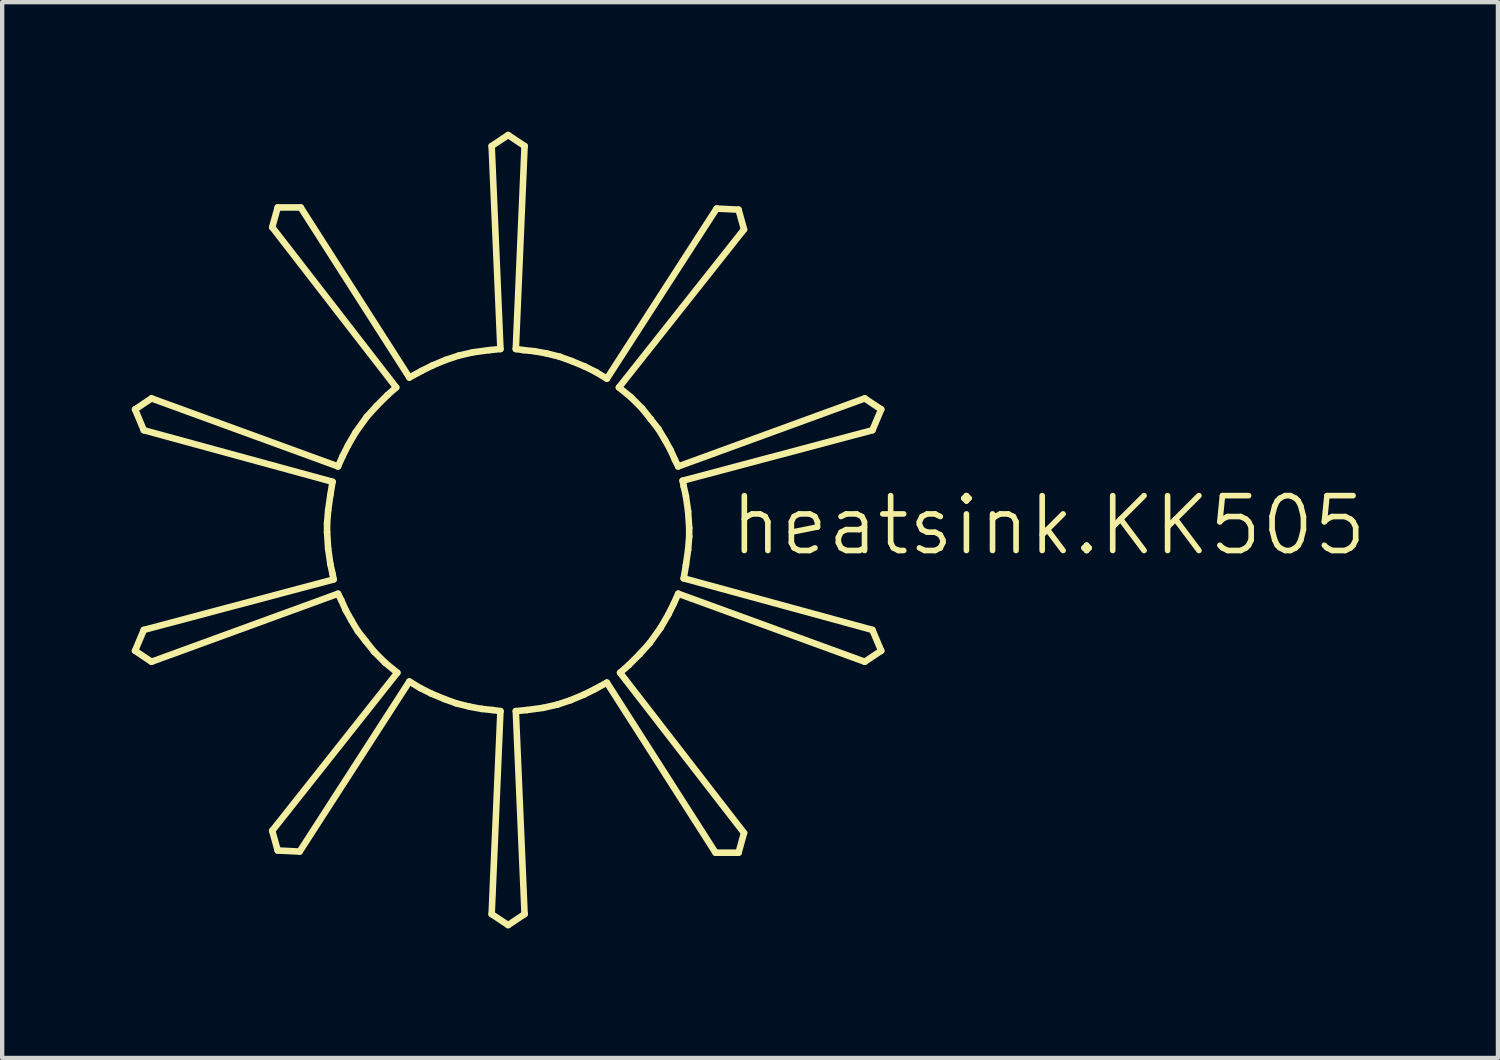
<source format=kicad_pcb>
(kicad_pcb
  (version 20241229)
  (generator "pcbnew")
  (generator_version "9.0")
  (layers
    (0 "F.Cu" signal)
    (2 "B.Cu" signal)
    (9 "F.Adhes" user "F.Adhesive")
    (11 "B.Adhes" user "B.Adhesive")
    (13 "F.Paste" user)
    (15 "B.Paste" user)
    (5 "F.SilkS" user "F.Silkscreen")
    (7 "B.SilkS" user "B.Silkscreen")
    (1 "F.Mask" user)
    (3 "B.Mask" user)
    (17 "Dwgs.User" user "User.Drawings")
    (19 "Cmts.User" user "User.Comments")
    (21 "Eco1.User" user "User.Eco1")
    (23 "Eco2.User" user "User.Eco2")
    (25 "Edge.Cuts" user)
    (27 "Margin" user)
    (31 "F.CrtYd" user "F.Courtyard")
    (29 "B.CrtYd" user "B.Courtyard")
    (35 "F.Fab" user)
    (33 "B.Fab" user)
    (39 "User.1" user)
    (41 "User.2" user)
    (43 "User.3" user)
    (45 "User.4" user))
  (footprint "heatsink.KK505"
    (layer "F.Cu")
    (at 8.712 9.22)
    (property "Reference" "heatsink.KK505" (at 5.08 0.635 0) (layer "F.SilkS") (effects (font (size 1.27 1.27) (thickness 0.13)) (justify left bottom)))
    (fp_line (start -8.636 -2.794) (end -8.433 -2.311) (stroke (width 0.152) (type default)) (layer "F.SilkS"))
    (fp_line (start -8.636 2.794) (end -8.433 2.311) (stroke (width 0.152) (type default)) (layer "F.SilkS"))
    (fp_line (start -8.255 -3.048) (end -8.636 -2.794) (stroke (width 0.152) (type default)) (layer "F.SilkS"))
    (fp_line (start -8.255 3.048) (end -8.636 2.794) (stroke (width 0.152) (type default)) (layer "F.SilkS"))
    (fp_line (start -5.334 -7.468) (end -5.461 -7.01) (stroke (width 0.152) (type default)) (layer "F.SilkS"))
    (fp_line (start -5.334 7.417) (end -5.461 6.96) (stroke (width 0.152) (type default)) (layer "F.SilkS"))
    (fp_line (start -4.826 7.442) (end -5.334 7.417) (stroke (width 0.152) (type default)) (layer "F.SilkS"))
    (fp_line (start -4.801 -7.468) (end -5.334 -7.468) (stroke (width 0.152) (type default)) (layer "F.SilkS"))
    (fp_line (start -4.191 -0.152) (end -4.191 0.051) (stroke (width 0.152) (type default)) (layer "F.SilkS"))
    (fp_line (start -4.191 0.051) (end -4.166 0.432) (stroke (width 0.152) (type default)) (layer "F.SilkS"))
    (fp_line (start -4.166 -0.457) (end -4.191 -0.152) (stroke (width 0.152) (type default)) (layer "F.SilkS"))
    (fp_line (start -4.166 0.432) (end -4.115 0.787) (stroke (width 0.152) (type default)) (layer "F.SilkS"))
    (fp_line (start -4.115 -0.813) (end -4.166 -0.457) (stroke (width 0.152) (type default)) (layer "F.SilkS"))
    (fp_line (start -4.115 0.787) (end -4.064 1.016) (stroke (width 0.152) (type default)) (layer "F.SilkS"))
    (fp_line (start -4.064 -1.118) (end -8.433 -2.311) (stroke (width 0.152) (type default)) (layer "F.SilkS"))
    (fp_line (start -4.064 -1.118) (end -4.115 -0.813) (stroke (width 0.152) (type default)) (layer "F.SilkS"))
    (fp_line (start -4.064 1.016) (end -4.039 1.143) (stroke (width 0.152) (type default)) (layer "F.SilkS"))
    (fp_line (start -4.039 1.143) (end -8.433 2.311) (stroke (width 0.152) (type default)) (layer "F.SilkS"))
    (fp_line (start -3.937 -1.473) (end -8.255 -3.048) (stroke (width 0.152) (type default)) (layer "F.SilkS"))
    (fp_line (start -3.937 1.473) (end -8.255 3.048) (stroke (width 0.152) (type default)) (layer "F.SilkS"))
    (fp_line (start -3.937 1.473) (end -3.861 1.626) (stroke (width 0.152) (type default)) (layer "F.SilkS"))
    (fp_line (start -3.861 1.626) (end -3.759 1.854) (stroke (width 0.152) (type default)) (layer "F.SilkS"))
    (fp_line (start -3.835 -1.702) (end -3.937 -1.473) (stroke (width 0.152) (type default)) (layer "F.SilkS"))
    (fp_line (start -3.759 1.854) (end -3.632 2.083) (stroke (width 0.152) (type default)) (layer "F.SilkS"))
    (fp_line (start -3.708 -1.956) (end -3.835 -1.702) (stroke (width 0.152) (type default)) (layer "F.SilkS"))
    (fp_line (start -3.632 2.083) (end -3.48 2.337) (stroke (width 0.152) (type default)) (layer "F.SilkS"))
    (fp_line (start -3.531 -2.261) (end -3.708 -1.956) (stroke (width 0.152) (type default)) (layer "F.SilkS"))
    (fp_line (start -3.48 2.337) (end -3.302 2.565) (stroke (width 0.152) (type default)) (layer "F.SilkS"))
    (fp_line (start -3.302 2.565) (end -3.099 2.819) (stroke (width 0.152) (type default)) (layer "F.SilkS"))
    (fp_line (start -3.277 -2.616) (end -3.531 -2.261) (stroke (width 0.152) (type default)) (layer "F.SilkS"))
    (fp_line (start -3.099 2.819) (end -2.845 3.073) (stroke (width 0.152) (type default)) (layer "F.SilkS"))
    (fp_line (start -3.048 -2.87) (end -3.277 -2.616) (stroke (width 0.152) (type default)) (layer "F.SilkS"))
    (fp_line (start -2.845 3.073) (end -2.565 3.302) (stroke (width 0.152) (type default)) (layer "F.SilkS"))
    (fp_line (start -2.794 -3.124) (end -3.048 -2.87) (stroke (width 0.152) (type default)) (layer "F.SilkS"))
    (fp_line (start -2.591 -3.302) (end -5.461 -7.01) (stroke (width 0.152) (type default)) (layer "F.SilkS"))
    (fp_line (start -2.591 -3.302) (end -2.794 -3.124) (stroke (width 0.152) (type default)) (layer "F.SilkS"))
    (fp_line (start -2.565 3.302) (end -5.461 6.96) (stroke (width 0.152) (type default)) (layer "F.SilkS"))
    (fp_line (start -2.286 -3.531) (end -4.801 -7.468) (stroke (width 0.152) (type default)) (layer "F.SilkS"))
    (fp_line (start -2.286 3.505) (end -4.826 7.442) (stroke (width 0.152) (type default)) (layer "F.SilkS"))
    (fp_line (start -2.286 3.505) (end -2.032 3.658) (stroke (width 0.152) (type default)) (layer "F.SilkS"))
    (fp_line (start -2.032 3.658) (end -1.778 3.785) (stroke (width 0.152) (type default)) (layer "F.SilkS"))
    (fp_line (start -2.007 -3.683) (end -2.286 -3.531) (stroke (width 0.152) (type default)) (layer "F.SilkS"))
    (fp_line (start -1.778 3.785) (end -1.473 3.912) (stroke (width 0.152) (type default)) (layer "F.SilkS"))
    (fp_line (start -1.753 -3.81) (end -2.007 -3.683) (stroke (width 0.152) (type default)) (layer "F.SilkS"))
    (fp_line (start -1.473 3.912) (end -1.194 4.013) (stroke (width 0.152) (type default)) (layer "F.SilkS"))
    (fp_line (start -1.448 -3.937) (end -1.753 -3.81) (stroke (width 0.152) (type default)) (layer "F.SilkS"))
    (fp_line (start -1.194 4.013) (end -0.889 4.089) (stroke (width 0.152) (type default)) (layer "F.SilkS"))
    (fp_line (start -1.143 -4.039) (end -1.448 -3.937) (stroke (width 0.152) (type default)) (layer "F.SilkS"))
    (fp_line (start -0.889 4.089) (end -0.61 4.14) (stroke (width 0.152) (type default)) (layer "F.SilkS"))
    (fp_line (start -0.813 -4.115) (end -1.143 -4.039) (stroke (width 0.152) (type default)) (layer "F.SilkS"))
    (fp_line (start -0.61 4.14) (end -0.356 4.166) (stroke (width 0.152) (type default)) (layer "F.SilkS"))
    (fp_line (start -0.432 -4.166) (end -0.813 -4.115) (stroke (width 0.152) (type default)) (layer "F.SilkS"))
    (fp_line (start -0.381 -8.89) (end 0 -9.144) (stroke (width 0.152) (type default)) (layer "F.SilkS"))
    (fp_line (start -0.356 4.166) (end -0.178 4.191) (stroke (width 0.152) (type default)) (layer "F.SilkS"))
    (fp_line (start -0.178 -4.191) (end -0.432 -4.166) (stroke (width 0.152) (type default)) (layer "F.SilkS"))
    (fp_line (start -0.178 -4.191) (end -0.381 -8.89) (stroke (width 0.152) (type default)) (layer "F.SilkS"))
    (fp_line (start -0.178 4.191) (end -0.381 8.89) (stroke (width 0.152) (type default)) (layer "F.SilkS"))
    (fp_line (start 0 -9.144) (end 0.381 -8.89) (stroke (width 0.152) (type default)) (layer "F.SilkS"))
    (fp_line (start 0 9.144) (end -0.381 8.89) (stroke (width 0.152) (type default)) (layer "F.SilkS"))
    (fp_line (start 0.178 -4.191) (end 0.381 -8.89) (stroke (width 0.152) (type default)) (layer "F.SilkS"))
    (fp_line (start 0.178 4.191) (end 0.381 8.89) (stroke (width 0.152) (type default)) (layer "F.SilkS"))
    (fp_line (start 0.178 4.191) (end 0.432 4.166) (stroke (width 0.152) (type default)) (layer "F.SilkS"))
    (fp_line (start 0.356 -4.166) (end 0.178 -4.191) (stroke (width 0.152) (type default)) (layer "F.SilkS"))
    (fp_line (start 0.381 8.89) (end 0 9.144) (stroke (width 0.152) (type default)) (layer "F.SilkS"))
    (fp_line (start 0.432 4.166) (end 0.813 4.115) (stroke (width 0.152) (type default)) (layer "F.SilkS"))
    (fp_line (start 0.61 -4.14) (end 0.356 -4.166) (stroke (width 0.152) (type default)) (layer "F.SilkS"))
    (fp_line (start 0.813 4.115) (end 1.143 4.039) (stroke (width 0.152) (type default)) (layer "F.SilkS"))
    (fp_line (start 0.889 -4.089) (end 0.61 -4.14) (stroke (width 0.152) (type default)) (layer "F.SilkS"))
    (fp_line (start 1.143 4.039) (end 1.448 3.937) (stroke (width 0.152) (type default)) (layer "F.SilkS"))
    (fp_line (start 1.194 -4.013) (end 0.889 -4.089) (stroke (width 0.152) (type default)) (layer "F.SilkS"))
    (fp_line (start 1.448 3.937) (end 1.753 3.81) (stroke (width 0.152) (type default)) (layer "F.SilkS"))
    (fp_line (start 1.473 -3.912) (end 1.194 -4.013) (stroke (width 0.152) (type default)) (layer "F.SilkS"))
    (fp_line (start 1.753 3.81) (end 2.007 3.683) (stroke (width 0.152) (type default)) (layer "F.SilkS"))
    (fp_line (start 1.778 -3.785) (end 1.473 -3.912) (stroke (width 0.152) (type default)) (layer "F.SilkS"))
    (fp_line (start 2.007 3.683) (end 2.286 3.531) (stroke (width 0.152) (type default)) (layer "F.SilkS"))
    (fp_line (start 2.032 -3.658) (end 1.778 -3.785) (stroke (width 0.152) (type default)) (layer "F.SilkS"))
    (fp_line (start 2.286 -3.505) (end 2.032 -3.658) (stroke (width 0.152) (type default)) (layer "F.SilkS"))
    (fp_line (start 2.286 -3.505) (end 4.826 -7.442) (stroke (width 0.152) (type default)) (layer "F.SilkS"))
    (fp_line (start 2.286 3.531) (end 4.801 7.468) (stroke (width 0.152) (type default)) (layer "F.SilkS"))
    (fp_line (start 2.565 -3.302) (end 5.461 -6.96) (stroke (width 0.152) (type default)) (layer "F.SilkS"))
    (fp_line (start 2.591 3.302) (end 2.794 3.124) (stroke (width 0.152) (type default)) (layer "F.SilkS"))
    (fp_line (start 2.591 3.302) (end 5.461 7.01) (stroke (width 0.152) (type default)) (layer "F.SilkS"))
    (fp_line (start 2.794 3.124) (end 3.048 2.87) (stroke (width 0.152) (type default)) (layer "F.SilkS"))
    (fp_line (start 2.845 -3.073) (end 2.565 -3.302) (stroke (width 0.152) (type default)) (layer "F.SilkS"))
    (fp_line (start 3.048 2.87) (end 3.277 2.616) (stroke (width 0.152) (type default)) (layer "F.SilkS"))
    (fp_line (start 3.099 -2.819) (end 2.845 -3.073) (stroke (width 0.152) (type default)) (layer "F.SilkS"))
    (fp_line (start 3.277 2.616) (end 3.531 2.261) (stroke (width 0.152) (type default)) (layer "F.SilkS"))
    (fp_line (start 3.302 -2.565) (end 3.099 -2.819) (stroke (width 0.152) (type default)) (layer "F.SilkS"))
    (fp_line (start 3.48 -2.337) (end 3.302 -2.565) (stroke (width 0.152) (type default)) (layer "F.SilkS"))
    (fp_line (start 3.531 2.261) (end 3.708 1.956) (stroke (width 0.152) (type default)) (layer "F.SilkS"))
    (fp_line (start 3.632 -2.083) (end 3.48 -2.337) (stroke (width 0.152) (type default)) (layer "F.SilkS"))
    (fp_line (start 3.708 1.956) (end 3.835 1.702) (stroke (width 0.152) (type default)) (layer "F.SilkS"))
    (fp_line (start 3.759 -1.854) (end 3.632 -2.083) (stroke (width 0.152) (type default)) (layer "F.SilkS"))
    (fp_line (start 3.835 1.702) (end 3.937 1.473) (stroke (width 0.152) (type default)) (layer "F.SilkS"))
    (fp_line (start 3.861 -1.626) (end 3.759 -1.854) (stroke (width 0.152) (type default)) (layer "F.SilkS"))
    (fp_line (start 3.937 -1.473) (end 3.861 -1.626) (stroke (width 0.152) (type default)) (layer "F.SilkS"))
    (fp_line (start 3.937 -1.473) (end 8.255 -3.048) (stroke (width 0.152) (type default)) (layer "F.SilkS"))
    (fp_line (start 3.937 1.473) (end 8.255 3.048) (stroke (width 0.152) (type default)) (layer "F.SilkS"))
    (fp_line (start 4.039 -1.143) (end 8.433 -2.311) (stroke (width 0.152) (type default)) (layer "F.SilkS"))
    (fp_line (start 4.064 -1.016) (end 4.039 -1.143) (stroke (width 0.152) (type default)) (layer "F.SilkS"))
    (fp_line (start 4.064 1.118) (end 4.115 0.813) (stroke (width 0.152) (type default)) (layer "F.SilkS"))
    (fp_line (start 4.064 1.118) (end 8.433 2.311) (stroke (width 0.152) (type default)) (layer "F.SilkS"))
    (fp_line (start 4.115 -0.787) (end 4.064 -1.016) (stroke (width 0.152) (type default)) (layer "F.SilkS"))
    (fp_line (start 4.115 0.813) (end 4.166 0.457) (stroke (width 0.152) (type default)) (layer "F.SilkS"))
    (fp_line (start 4.166 -0.432) (end 4.115 -0.787) (stroke (width 0.152) (type default)) (layer "F.SilkS"))
    (fp_line (start 4.166 0.457) (end 4.191 0.152) (stroke (width 0.152) (type default)) (layer "F.SilkS"))
    (fp_line (start 4.191 -0.051) (end 4.166 -0.432) (stroke (width 0.152) (type default)) (layer "F.SilkS"))
    (fp_line (start 4.191 0.152) (end 4.191 -0.051) (stroke (width 0.152) (type default)) (layer "F.SilkS"))
    (fp_line (start 4.801 7.468) (end 5.334 7.468) (stroke (width 0.152) (type default)) (layer "F.SilkS"))
    (fp_line (start 4.826 -7.442) (end 5.334 -7.417) (stroke (width 0.152) (type default)) (layer "F.SilkS"))
    (fp_line (start 5.334 -7.417) (end 5.461 -6.96) (stroke (width 0.152) (type default)) (layer "F.SilkS"))
    (fp_line (start 5.334 7.468) (end 5.461 7.01) (stroke (width 0.152) (type default)) (layer "F.SilkS"))
    (fp_line (start 8.255 -3.048) (end 8.636 -2.794) (stroke (width 0.152) (type default)) (layer "F.SilkS"))
    (fp_line (start 8.255 3.048) (end 8.636 2.794) (stroke (width 0.152) (type default)) (layer "F.SilkS"))
    (fp_line (start 8.636 -2.794) (end 8.433 -2.311) (stroke (width 0.152) (type default)) (layer "F.SilkS"))
    (fp_line (start 8.636 2.794) (end 8.433 2.311) (stroke (width 0.152) (type default)) (layer "F.SilkS")))
  (gr_rect
    (start -3 -3)
    (end 31.624 21.44)
    (stroke (width 0.1) (type default))
    (fill no)
    (layer "Edge.Cuts")))
</source>
